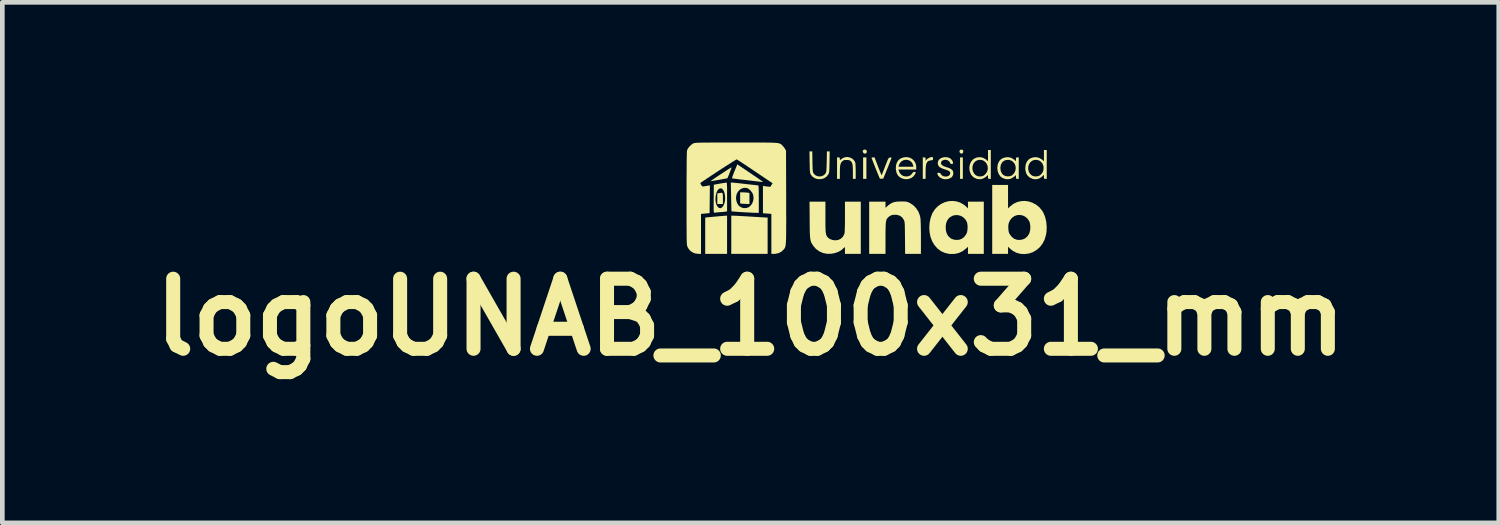
<source format=kicad_pcb>
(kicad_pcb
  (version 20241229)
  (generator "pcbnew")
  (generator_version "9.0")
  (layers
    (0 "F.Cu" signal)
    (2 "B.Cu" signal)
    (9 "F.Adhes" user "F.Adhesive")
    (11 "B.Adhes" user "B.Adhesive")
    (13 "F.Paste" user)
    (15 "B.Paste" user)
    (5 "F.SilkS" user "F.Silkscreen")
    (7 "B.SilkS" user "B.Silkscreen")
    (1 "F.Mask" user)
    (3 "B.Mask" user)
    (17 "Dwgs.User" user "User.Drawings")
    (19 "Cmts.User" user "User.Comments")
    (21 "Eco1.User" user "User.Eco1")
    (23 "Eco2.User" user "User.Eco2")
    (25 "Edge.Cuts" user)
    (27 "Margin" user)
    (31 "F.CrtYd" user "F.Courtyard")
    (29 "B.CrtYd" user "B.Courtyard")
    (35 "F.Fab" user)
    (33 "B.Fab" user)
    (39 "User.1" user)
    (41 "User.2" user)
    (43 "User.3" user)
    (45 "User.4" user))
  (footprint "logoUNAB_100x31_mm"
    (layer "F.Cu")
    (at 15.554 1.197)
    (property "Reference" "logoUNAB_100x31_mm" (at -2.54 2.54 0) (layer "F.SilkS") (effects (font (size 1.5 1.5) (thickness 0.3))))
    (attr board_only exclude_from_pos_files exclude_from_bom)
    (fp_poly (pts (xy -0.06 -0.648) (xy -0.06 -0.419) (xy -0.095 -0.419) (xy -0.13 -0.419) (xy -0.13 -0.648) (xy -0.13 -0.878) (xy -0.095 -0.878) (xy -0.06 -0.878)) (stroke (width 0) (type solid)) (fill yes) (layer "F.SilkS"))
    (fp_poly (pts (xy 2.004 -0.648) (xy 2.004 -0.419) (xy 1.975 -0.419) (xy 1.945 -0.419) (xy 1.945 -0.648) (xy 1.945 -0.878) (xy 1.975 -0.878) (xy 2.004 -0.878)) (stroke (width 0) (type solid)) (fill yes) (layer "F.SilkS"))
    (fp_poly (pts (xy -0.067 -1.039) (xy -0.052 -1.016) (xy -0.05 -1.002) (xy -0.058 -0.975) (xy -0.077 -0.96) (xy -0.102 -0.96) (xy -0.124 -0.973) (xy -0.138 -0.998) (xy -0.136 -1.023) (xy -0.119 -1.041) (xy -0.095 -1.047)) (stroke (width 0) (type solid)) (fill yes) (layer "F.SilkS"))
    (fp_poly (pts (xy 1.995 -1.042) (xy 2.011 -1.028) (xy 2.014 -1.009) (xy 2.008 -0.979) (xy 1.991 -0.961) (xy 1.969 -0.958) (xy 1.947 -0.971) (xy 1.941 -0.978) (xy 1.931 -1.005) (xy 1.938 -1.028) (xy 1.957 -1.043) (xy 1.985 -1.044)) (stroke (width 0) (type solid)) (fill yes) (layer "F.SilkS"))
    (fp_poly (pts (xy -3.142 -0.115) (xy -3.135 -0.1) (xy -3.132 -0.073) (xy -3.131 -0.03) (xy -3.131 0) (xy -3.131 0.12) (xy -3.191 0.12) (xy -3.251 0.12) (xy -3.251 0.006) (xy -3.251 -0.107) (xy -3.214 -0.113) (xy -3.18 -0.119) (xy -3.157 -0.121)) (stroke (width 0) (type solid)) (fill yes) (layer "F.SilkS"))
    (fp_poly (pts (xy -2.7 -0.13) (xy -2.659 -0.128) (xy -2.621 -0.126) (xy -2.6 -0.123) (xy -2.563 -0.117) (xy -2.563 0.001) (xy -2.563 0.12) (xy -2.625 0.118) (xy -2.666 0.116) (xy -2.705 0.114) (xy -2.725 0.112) (xy -2.762 0.108) (xy -2.762 -0.011) (xy -2.762 -0.13)) (stroke (width 0) (type solid)) (fill yes) (layer "F.SilkS"))
    (fp_poly (pts (xy -2.904 0.369) (xy -2.883 0.37) (xy -2.844 0.372) (xy -2.791 0.374) (xy -2.727 0.378) (xy -2.654 0.382) (xy -2.576 0.387) (xy -2.538 0.389) (xy -2.459 0.394) (xy -2.386 0.398) (xy -2.321 0.402) (xy -2.267 0.405) (xy -2.227 0.407) (xy -2.202 0.409) (xy -2.196 0.409) (xy -2.174 0.409) (xy -2.174 0.798) (xy -2.174 1.187) (xy -2.563 1.187) (xy -2.952 1.187) (xy -2.952 0.778) (xy -2.952 0.369)) (stroke (width 0) (type solid)) (fill yes) (layer "F.SilkS"))
    (fp_poly (pts (xy -3.042 0.778) (xy -3.042 1.187) (xy -3.276 1.187) (xy -3.51 1.187) (xy -3.51 0.798) (xy -3.51 0.712) (xy -3.51 0.633) (xy -3.51 0.562) (xy -3.509 0.502) (xy -3.509 0.455) (xy -3.509 0.424) (xy -3.508 0.409) (xy -3.508 0.409) (xy -3.498 0.408) (xy -3.47 0.405) (xy -3.429 0.401) (xy -3.377 0.397) (xy -3.317 0.391) (xy -3.296 0.389) (xy -3.232 0.383) (xy -3.174 0.378) (xy -3.125 0.374) (xy -3.088 0.371) (xy -3.067 0.369) (xy -3.064 0.369) (xy -3.042 0.369)) (stroke (width 0) (type solid)) (fill yes) (layer "F.SilkS"))
    (fp_poly (pts (xy 1.359 -0.884) (xy 1.365 -0.871) (xy 1.366 -0.854) (xy 1.365 -0.833) (xy 1.358 -0.823) (xy 1.339 -0.817) (xy 1.321 -0.815) (xy 1.284 -0.808) (xy 1.256 -0.794) (xy 1.235 -0.771) (xy 1.221 -0.737) (xy 1.212 -0.689) (xy 1.208 -0.625) (xy 1.207 -0.564) (xy 1.207 -0.419) (xy 1.177 -0.419) (xy 1.147 -0.419) (xy 1.147 -0.648) (xy 1.147 -0.878) (xy 1.177 -0.878) (xy 1.196 -0.876) (xy 1.205 -0.867) (xy 1.207 -0.844) (xy 1.207 -0.84) (xy 1.207 -0.803) (xy 1.223 -0.827) (xy 1.245 -0.847) (xy 1.279 -0.867) (xy 1.315 -0.882) (xy 1.344 -0.887)) (stroke (width 0) (type solid)) (fill yes) (layer "F.SilkS"))
    (fp_poly (pts (xy -2.561 -0.553) (xy -2.477 -0.496) (xy -2.408 -0.45) (xy -2.355 -0.413) (xy -2.316 -0.386) (xy -2.289 -0.366) (xy -2.275 -0.355) (xy -2.272 -0.35) (xy -2.274 -0.35) (xy -2.285 -0.352) (xy -2.313 -0.355) (xy -2.356 -0.36) (xy -2.412 -0.366) (xy -2.479 -0.374) (xy -2.553 -0.383) (xy -2.606 -0.389) (xy -2.684 -0.398) (xy -2.756 -0.406) (xy -2.819 -0.414) (xy -2.871 -0.421) (xy -2.91 -0.426) (xy -2.932 -0.429) (xy -2.937 -0.431) (xy -2.935 -0.441) (xy -2.926 -0.468) (xy -2.912 -0.508) (xy -2.892 -0.56) (xy -2.867 -0.621) (xy -2.84 -0.688) (xy -2.836 -0.696) (xy -2.823 -0.73)) (stroke (width 0) (type solid)) (fill yes) (layer "F.SilkS"))
    (fp_poly (pts (xy -2.948 -0.656) (xy -2.956 -0.632) (xy -2.968 -0.598) (xy -2.983 -0.559) (xy -2.998 -0.519) (xy -3.013 -0.482) (xy -3.025 -0.453) (xy -3.033 -0.435) (xy -3.034 -0.433) (xy -3.044 -0.43) (xy -3.07 -0.425) (xy -3.108 -0.418) (xy -3.154 -0.409) (xy -3.205 -0.4) (xy -3.256 -0.391) (xy -3.304 -0.383) (xy -3.345 -0.376) (xy -3.374 -0.371) (xy -3.39 -0.369) (xy -3.39 -0.369) (xy -3.389 -0.374) (xy -3.385 -0.378) (xy -3.372 -0.387) (xy -3.346 -0.406) (xy -3.31 -0.43) (xy -3.265 -0.46) (xy -3.216 -0.493) (xy -3.164 -0.527) (xy -3.112 -0.561) (xy -3.062 -0.593) (xy -3.019 -0.622) (xy -2.983 -0.644) (xy -2.958 -0.659) (xy -2.947 -0.666) (xy -2.946 -0.666)) (stroke (width 0) (type solid)) (fill yes) (layer "F.SilkS"))
    (fp_poly (pts (xy -0.418 -0.878) (xy -0.368 -0.855) (xy -0.328 -0.82) (xy -0.301 -0.777) (xy -0.3 -0.775) (xy -0.296 -0.755) (xy -0.293 -0.719) (xy -0.291 -0.671) (xy -0.289 -0.615) (xy -0.289 -0.583) (xy -0.289 -0.419) (xy -0.319 -0.419) (xy -0.349 -0.419) (xy -0.349 -0.569) (xy -0.35 -0.638) (xy -0.353 -0.691) (xy -0.358 -0.73) (xy -0.367 -0.76) (xy -0.38 -0.782) (xy -0.397 -0.801) (xy -0.399 -0.803) (xy -0.417 -0.815) (xy -0.443 -0.821) (xy -0.483 -0.823) (xy -0.485 -0.823) (xy -0.521 -0.822) (xy -0.544 -0.817) (xy -0.563 -0.807) (xy -0.579 -0.792) (xy -0.597 -0.771) (xy -0.61 -0.746) (xy -0.619 -0.715) (xy -0.624 -0.674) (xy -0.627 -0.619) (xy -0.628 -0.551) (xy -0.628 -0.419) (xy -0.658 -0.419) (xy -0.688 -0.419) (xy -0.688 -0.648) (xy -0.688 -0.878) (xy -0.658 -0.878) (xy -0.637 -0.875) (xy -0.629 -0.864) (xy -0.628 -0.846) (xy -0.628 -0.814) (xy -0.606 -0.835) (xy -0.565 -0.863) (xy -0.515 -0.882) (xy -0.472 -0.887)) (stroke (width 0) (type solid)) (fill yes) (layer "F.SilkS"))
    (fp_poly (pts (xy 0.115 -0.878) (xy 0.189 -0.682) (xy 0.211 -0.625) (xy 0.231 -0.575) (xy 0.248 -0.535) (xy 0.26 -0.507) (xy 0.266 -0.495) (xy 0.267 -0.495) (xy 0.271 -0.507) (xy 0.282 -0.534) (xy 0.298 -0.574) (xy 0.317 -0.623) (xy 0.339 -0.679) (xy 0.342 -0.688) (xy 0.367 -0.751) (xy 0.385 -0.798) (xy 0.399 -0.831) (xy 0.411 -0.852) (xy 0.42 -0.865) (xy 0.429 -0.872) (xy 0.438 -0.875) (xy 0.446 -0.876) (xy 0.468 -0.876) (xy 0.479 -0.871) (xy 0.479 -0.871) (xy 0.475 -0.859) (xy 0.465 -0.832) (xy 0.449 -0.792) (xy 0.429 -0.742) (xy 0.406 -0.683) (xy 0.39 -0.643) (xy 0.301 -0.424) (xy 0.265 -0.421) (xy 0.239 -0.421) (xy 0.226 -0.43) (xy 0.22 -0.441) (xy 0.214 -0.457) (xy 0.201 -0.488) (xy 0.183 -0.531) (xy 0.162 -0.584) (xy 0.138 -0.643) (xy 0.13 -0.663) (xy 0.107 -0.722) (xy 0.086 -0.775) (xy 0.069 -0.818) (xy 0.056 -0.85) (xy 0.05 -0.868) (xy 0.05 -0.87) (xy 0.059 -0.875) (xy 0.08 -0.878) (xy 0.082 -0.878)) (stroke (width 0) (type solid)) (fill yes) (layer "F.SilkS"))
    (fp_poly (pts (xy -1.215 -0.79) (xy -1.214 -0.718) (xy -1.212 -0.663) (xy -1.21 -0.622) (xy -1.208 -0.592) (xy -1.204 -0.571) (xy -1.199 -0.555) (xy -1.193 -0.541) (xy -1.191 -0.539) (xy -1.16 -0.502) (xy -1.118 -0.479) (xy -1.071 -0.47) (xy -1.023 -0.474) (xy -0.979 -0.492) (xy -0.943 -0.523) (xy -0.933 -0.538) (xy -0.926 -0.551) (xy -0.921 -0.567) (xy -0.917 -0.588) (xy -0.915 -0.616) (xy -0.913 -0.656) (xy -0.911 -0.71) (xy -0.909 -0.78) (xy -0.909 -0.79) (xy -0.905 -1.007) (xy -0.876 -1.007) (xy -0.846 -1.007) (xy -0.849 -0.78) (xy -0.851 -0.707) (xy -0.852 -0.651) (xy -0.853 -0.608) (xy -0.856 -0.578) (xy -0.859 -0.555) (xy -0.864 -0.539) (xy -0.87 -0.525) (xy -0.876 -0.513) (xy -0.914 -0.466) (xy -0.964 -0.432) (xy -1.024 -0.414) (xy -1.089 -0.413) (xy -1.125 -0.419) (xy -1.172 -0.437) (xy -1.215 -0.468) (xy -1.247 -0.505) (xy -1.252 -0.515) (xy -1.259 -0.53) (xy -1.264 -0.547) (xy -1.267 -0.57) (xy -1.27 -0.601) (xy -1.272 -0.643) (xy -1.273 -0.7) (xy -1.274 -0.773) (xy -1.275 -0.78) (xy -1.278 -1.007) (xy -1.248 -1.007) (xy -1.218 -1.007)) (stroke (width 0) (type solid)) (fill yes) (layer "F.SilkS"))
    (fp_poly (pts (xy 3.8 -0.728) (xy 3.8 -0.419) (xy 3.77 -0.419) (xy 3.751 -0.42) (xy 3.742 -0.428) (xy 3.74 -0.448) (xy 3.74 -0.462) (xy 3.74 -0.506) (xy 3.7 -0.468) (xy 3.648 -0.431) (xy 3.59 -0.412) (xy 3.529 -0.412) (xy 3.5 -0.418) (xy 3.438 -0.446) (xy 3.392 -0.486) (xy 3.36 -0.538) (xy 3.344 -0.604) (xy 3.342 -0.632) (xy 3.402 -0.632) (xy 3.413 -0.58) (xy 3.437 -0.534) (xy 3.474 -0.497) (xy 3.49 -0.487) (xy 3.53 -0.473) (xy 3.577 -0.471) (xy 3.623 -0.479) (xy 3.657 -0.495) (xy 3.7 -0.539) (xy 3.726 -0.591) (xy 3.733 -0.652) (xy 3.73 -0.689) (xy 3.711 -0.742) (xy 3.678 -0.783) (xy 3.636 -0.812) (xy 3.586 -0.826) (xy 3.533 -0.823) (xy 3.492 -0.808) (xy 3.45 -0.777) (xy 3.421 -0.734) (xy 3.405 -0.684) (xy 3.402 -0.632) (xy 3.342 -0.632) (xy 3.341 -0.652) (xy 3.349 -0.722) (xy 3.372 -0.782) (xy 3.409 -0.829) (xy 3.45 -0.858) (xy 3.514 -0.879) (xy 3.578 -0.883) (xy 3.639 -0.868) (xy 3.695 -0.835) (xy 3.699 -0.831) (xy 3.74 -0.796) (xy 3.74 -0.917) (xy 3.74 -1.037) (xy 3.77 -1.037) (xy 3.8 -1.037)) (stroke (width 0) (type solid)) (fill yes) (layer "F.SilkS"))
    (fp_poly (pts (xy 2.603 -0.728) (xy 2.603 -0.419) (xy 2.573 -0.419) (xy 2.554 -0.42) (xy 2.545 -0.429) (xy 2.543 -0.45) (xy 2.543 -0.46) (xy 2.543 -0.5) (xy 2.501 -0.464) (xy 2.445 -0.428) (xy 2.386 -0.411) (xy 2.325 -0.414) (xy 2.293 -0.423) (xy 2.236 -0.451) (xy 2.194 -0.491) (xy 2.17 -0.531) (xy 2.149 -0.592) (xy 2.145 -0.634) (xy 2.209 -0.634) (xy 2.22 -0.58) (xy 2.244 -0.533) (xy 2.28 -0.497) (xy 2.29 -0.491) (xy 2.339 -0.472) (xy 2.391 -0.47) (xy 2.439 -0.483) (xy 2.454 -0.491) (xy 2.498 -0.532) (xy 2.527 -0.581) (xy 2.539 -0.636) (xy 2.535 -0.691) (xy 2.513 -0.744) (xy 2.496 -0.769) (xy 2.455 -0.804) (xy 2.407 -0.823) (xy 2.357 -0.826) (xy 2.309 -0.815) (xy 2.266 -0.788) (xy 2.233 -0.748) (xy 2.23 -0.743) (xy 2.212 -0.69) (xy 2.209 -0.634) (xy 2.145 -0.634) (xy 2.143 -0.656) (xy 2.152 -0.719) (xy 2.175 -0.776) (xy 2.21 -0.823) (xy 2.241 -0.848) (xy 2.301 -0.875) (xy 2.363 -0.884) (xy 2.425 -0.874) (xy 2.482 -0.846) (xy 2.503 -0.831) (xy 2.543 -0.796) (xy 2.543 -0.917) (xy 2.543 -1.037) (xy 2.573 -1.037) (xy 2.603 -1.037)) (stroke (width 0) (type solid)) (fill yes) (layer "F.SilkS"))
    (fp_poly (pts (xy 0.861 -0.874) (xy 0.913 -0.849) (xy 0.956 -0.811) (xy 0.988 -0.762) (xy 1.005 -0.703) (xy 1.007 -0.671) (xy 1.007 -0.618) (xy 0.818 -0.618) (xy 0.628 -0.618) (xy 0.634 -0.591) (xy 0.655 -0.542) (xy 0.69 -0.504) (xy 0.736 -0.478) (xy 0.79 -0.469) (xy 0.792 -0.469) (xy 0.847 -0.477) (xy 0.89 -0.499) (xy 0.921 -0.536) (xy 0.922 -0.538) (xy 0.939 -0.56) (xy 0.96 -0.568) (xy 0.968 -0.568) (xy 0.988 -0.566) (xy 0.996 -0.556) (xy 0.99 -0.536) (xy 0.977 -0.51) (xy 0.941 -0.466) (xy 0.893 -0.433) (xy 0.836 -0.415) (xy 0.776 -0.411) (xy 0.716 -0.423) (xy 0.657 -0.452) (xy 0.614 -0.493) (xy 0.586 -0.547) (xy 0.572 -0.614) (xy 0.57 -0.63) (xy 0.572 -0.678) (xy 0.628 -0.678) (xy 0.788 -0.678) (xy 0.948 -0.678) (xy 0.941 -0.706) (xy 0.92 -0.759) (xy 0.885 -0.797) (xy 0.837 -0.821) (xy 0.785 -0.828) (xy 0.735 -0.818) (xy 0.691 -0.793) (xy 0.656 -0.755) (xy 0.635 -0.708) (xy 0.634 -0.706) (xy 0.628 -0.678) (xy 0.572 -0.678) (xy 0.573 -0.703) (xy 0.591 -0.765) (xy 0.623 -0.816) (xy 0.669 -0.853) (xy 0.676 -0.857) (xy 0.74 -0.879) (xy 0.802 -0.885)) (stroke (width 0) (type solid)) (fill yes) (layer "F.SilkS"))
    (fp_poly (pts (xy -3.054 -0.338) (xy -3.05 -0.333) (xy -3.047 -0.323) (xy -3.045 -0.304) (xy -3.044 -0.276) (xy -3.042 -0.237) (xy -3.042 -0.183) (xy -3.042 -0.113) (xy -3.042 -0.031) (xy -3.042 0.277) (xy -3.074 0.283) (xy -3.099 0.286) (xy -3.137 0.29) (xy -3.181 0.293) (xy -3.196 0.294) (xy -3.238 0.298) (xy -3.274 0.301) (xy -3.298 0.305) (xy -3.303 0.306) (xy -3.32 0.304) (xy -3.326 0.297) (xy -3.327 0.284) (xy -3.328 0.254) (xy -3.329 0.209) (xy -3.329 0.152) (xy -3.329 0.085) (xy -3.329 0.032) (xy -3.29 0.032) (xy -3.283 0.09) (xy -3.267 0.141) (xy -3.244 0.18) (xy -3.214 0.204) (xy -3.183 0.209) (xy -3.152 0.194) (xy -3.137 0.179) (xy -3.113 0.14) (xy -3.096 0.094) (xy -3.086 0.042) (xy -3.083 -0.011) (xy -3.087 -0.063) (xy -3.096 -0.112) (xy -3.11 -0.154) (xy -3.13 -0.188) (xy -3.153 -0.21) (xy -3.181 -0.217) (xy -3.209 -0.209) (xy -3.239 -0.181) (xy -3.263 -0.139) (xy -3.279 -0.087) (xy -3.288 -0.028) (xy -3.29 0.032) (xy -3.329 0.032) (xy -3.329 0.012) (xy -3.328 -0.005) (xy -3.326 -0.293) (xy -3.201 -0.316) (xy -3.152 -0.324) (xy -3.109 -0.331) (xy -3.077 -0.336) (xy -3.06 -0.338) (xy -3.059 -0.338)) (stroke (width 0) (type solid)) (fill yes) (layer "F.SilkS"))
    (fp_poly (pts (xy 3.041 -0.868) (xy 3.096 -0.835) (xy 3.101 -0.831) (xy 3.141 -0.796) (xy 3.141 -0.837) (xy 3.142 -0.863) (xy 3.149 -0.874) (xy 3.164 -0.877) (xy 3.171 -0.878) (xy 3.201 -0.878) (xy 3.201 -0.648) (xy 3.201 -0.419) (xy 3.171 -0.419) (xy 3.152 -0.42) (xy 3.144 -0.429) (xy 3.141 -0.45) (xy 3.141 -0.46) (xy 3.141 -0.5) (xy 3.1 -0.464) (xy 3.044 -0.428) (xy 2.985 -0.411) (xy 2.923 -0.414) (xy 2.888 -0.424) (xy 2.84 -0.446) (xy 2.805 -0.475) (xy 2.776 -0.518) (xy 2.77 -0.528) (xy 2.748 -0.591) (xy 2.742 -0.653) (xy 2.807 -0.653) (xy 2.815 -0.59) (xy 2.837 -0.539) (xy 2.871 -0.501) (xy 2.917 -0.478) (xy 2.972 -0.471) (xy 2.98 -0.472) (xy 3.023 -0.479) (xy 3.057 -0.494) (xy 3.059 -0.495) (xy 3.1 -0.536) (xy 3.125 -0.583) (xy 3.136 -0.634) (xy 3.134 -0.684) (xy 3.118 -0.732) (xy 3.09 -0.773) (xy 3.051 -0.805) (xy 3.001 -0.823) (xy 2.984 -0.825) (xy 2.928 -0.822) (xy 2.879 -0.802) (xy 2.842 -0.767) (xy 2.817 -0.719) (xy 2.808 -0.66) (xy 2.807 -0.653) (xy 2.742 -0.653) (xy 2.742 -0.659) (xy 2.751 -0.725) (xy 2.763 -0.758) (xy 2.786 -0.801) (xy 2.811 -0.83) (xy 2.843 -0.853) (xy 2.852 -0.858) (xy 2.915 -0.879) (xy 2.979 -0.883)) (stroke (width 0) (type solid)) (fill yes) (layer "F.SilkS"))
    (fp_poly (pts (xy -0.937 0.398) (xy -0.937 0.496) (xy -0.937 0.576) (xy -0.935 0.641) (xy -0.933 0.693) (xy -0.929 0.733) (xy -0.923 0.764) (xy -0.916 0.788) (xy -0.907 0.807) (xy -0.896 0.824) (xy -0.885 0.836) (xy -0.843 0.868) (xy -0.789 0.889) (xy -0.729 0.897) (xy -0.728 0.897) (xy -0.663 0.889) (xy -0.608 0.863) (xy -0.565 0.823) (xy -0.535 0.768) (xy -0.529 0.749) (xy -0.526 0.73) (xy -0.524 0.693) (xy -0.522 0.64) (xy -0.52 0.576) (xy -0.519 0.5) (xy -0.519 0.417) (xy -0.519 0.391) (xy -0.519 0.07) (xy -0.349 0.07) (xy -0.18 0.07) (xy -0.18 0.628) (xy -0.18 1.187) (xy -0.349 1.187) (xy -0.519 1.187) (xy -0.519 1.109) (xy -0.519 1.071) (xy -0.521 1.05) (xy -0.524 1.042) (xy -0.53 1.046) (xy -0.537 1.053) (xy -0.592 1.104) (xy -0.66 1.144) (xy -0.737 1.171) (xy -0.82 1.185) (xy -0.904 1.185) (xy -0.985 1.169) (xy -0.991 1.167) (xy -1.07 1.132) (xy -1.139 1.082) (xy -1.194 1.019) (xy -1.197 1.015) (xy -1.214 0.988) (xy -1.229 0.964) (xy -1.241 0.941) (xy -1.25 0.915) (xy -1.257 0.886) (xy -1.263 0.851) (xy -1.267 0.808) (xy -1.27 0.754) (xy -1.272 0.688) (xy -1.273 0.607) (xy -1.274 0.509) (xy -1.274 0.461) (xy -1.277 0.07) (xy -1.107 0.07) (xy -0.937 0.07)) (stroke (width 0) (type solid)) (fill yes) (layer "F.SilkS"))
    (fp_poly (pts (xy 0.735 0.065) (xy 0.772 0.067) (xy 0.799 0.07) (xy 0.823 0.077) (xy 0.848 0.087) (xy 0.869 0.097) (xy 0.941 0.144) (xy 1.002 0.205) (xy 1.051 0.279) (xy 1.084 0.363) (xy 1.096 0.419) (xy 1.099 0.444) (xy 1.101 0.487) (xy 1.103 0.544) (xy 1.105 0.612) (xy 1.106 0.689) (xy 1.107 0.772) (xy 1.107 0.835) (xy 1.107 1.187) (xy 0.938 1.187) (xy 0.769 1.187) (xy 0.766 0.845) (xy 0.765 0.754) (xy 0.764 0.68) (xy 0.763 0.621) (xy 0.762 0.576) (xy 0.76 0.541) (xy 0.758 0.516) (xy 0.755 0.497) (xy 0.751 0.482) (xy 0.745 0.468) (xy 0.739 0.456) (xy 0.704 0.405) (xy 0.658 0.371) (xy 0.6 0.353) (xy 0.583 0.351) (xy 0.523 0.35) (xy 0.476 0.359) (xy 0.437 0.38) (xy 0.422 0.392) (xy 0.404 0.408) (xy 0.389 0.424) (xy 0.377 0.441) (xy 0.368 0.462) (xy 0.361 0.489) (xy 0.356 0.523) (xy 0.353 0.567) (xy 0.351 0.623) (xy 0.35 0.694) (xy 0.349 0.781) (xy 0.349 0.845) (xy 0.349 1.187) (xy 0.175 1.187) (xy 0 1.187) (xy 0 0.628) (xy 0 0.07) (xy 0.175 0.07) (xy 0.349 0.07) (xy 0.349 0.136) (xy 0.349 0.201) (xy 0.399 0.156) (xy 0.445 0.12) (xy 0.491 0.094) (xy 0.542 0.077) (xy 0.603 0.068) (xy 0.679 0.065) (xy 0.683 0.065)) (stroke (width 0) (type solid)) (fill yes) (layer "F.SilkS"))
    (fp_poly (pts (xy -2.934 -0.339) (xy -2.917 -0.338) (xy -2.883 -0.335) (xy -2.836 -0.33) (xy -2.777 -0.324) (xy -2.71 -0.316) (xy -2.648 -0.309) (xy -2.578 -0.301) (xy -2.514 -0.294) (xy -2.459 -0.288) (xy -2.416 -0.283) (xy -2.387 -0.28) (xy -2.376 -0.279) (xy -2.372 -0.275) (xy -2.369 -0.261) (xy -2.367 -0.236) (xy -2.365 -0.197) (xy -2.364 -0.144) (xy -2.364 -0.074) (xy -2.363 0.014) (xy -2.363 0.015) (xy -2.363 0.309) (xy -2.441 0.308) (xy -2.475 0.307) (xy -2.524 0.305) (xy -2.584 0.301) (xy -2.651 0.298) (xy -2.721 0.294) (xy -2.732 0.293) (xy -2.795 0.289) (xy -2.85 0.285) (xy -2.896 0.281) (xy -2.929 0.279) (xy -2.946 0.277) (xy -2.947 0.277) (xy -2.948 0.267) (xy -2.949 0.239) (xy -2.95 0.196) (xy -2.952 0.141) (xy -2.953 0.075) (xy -2.955 0.002) (xy -2.955 -0.022) (xy -2.85 -0.022) (xy -2.849 0.015) (xy -2.839 0.067) (xy -2.819 0.115) (xy -2.794 0.153) (xy -2.786 0.161) (xy -2.737 0.193) (xy -2.682 0.208) (xy -2.626 0.205) (xy -2.578 0.187) (xy -2.535 0.151) (xy -2.502 0.102) (xy -2.481 0.045) (xy -2.475 -0.017) (xy -2.484 -0.077) (xy -2.502 -0.119) (xy -2.532 -0.16) (xy -2.568 -0.195) (xy -2.606 -0.218) (xy -2.625 -0.225) (xy -2.682 -0.226) (xy -2.734 -0.21) (xy -2.779 -0.179) (xy -2.815 -0.136) (xy -2.84 -0.083) (xy -2.85 -0.022) (xy -2.955 -0.022) (xy -2.955 -0.032) (xy -2.962 -0.339)) (stroke (width 0) (type solid)) (fill yes) (layer "F.SilkS"))
    (fp_poly (pts (xy 1.87 0.064) (xy 1.95 0.09) (xy 2.025 0.133) (xy 2.064 0.165) (xy 2.114 0.212) (xy 2.114 0.141) (xy 2.114 0.07) (xy 2.284 0.07) (xy 2.453 0.07) (xy 2.453 0.628) (xy 2.453 1.187) (xy 2.284 1.187) (xy 2.114 1.187) (xy 2.114 1.111) (xy 2.114 1.035) (xy 2.071 1.074) (xy 1.996 1.131) (xy 1.914 1.169) (xy 1.826 1.188) (xy 1.731 1.189) (xy 1.705 1.186) (xy 1.613 1.164) (xy 1.53 1.125) (xy 1.457 1.068) (xy 1.394 0.995) (xy 1.347 0.915) (xy 1.312 0.824) (xy 1.292 0.724) (xy 1.286 0.619) (xy 1.288 0.596) (xy 1.638 0.596) (xy 1.64 0.676) (xy 1.658 0.746) (xy 1.69 0.804) (xy 1.737 0.849) (xy 1.749 0.857) (xy 1.804 0.88) (xy 1.866 0.889) (xy 1.928 0.884) (xy 1.98 0.865) (xy 2.025 0.832) (xy 2.064 0.786) (xy 2.09 0.738) (xy 2.101 0.692) (xy 2.106 0.637) (xy 2.105 0.581) (xy 2.098 0.53) (xy 2.09 0.504) (xy 2.057 0.447) (xy 2.012 0.403) (xy 1.959 0.373) (xy 1.901 0.358) (xy 1.841 0.357) (xy 1.783 0.371) (xy 1.729 0.402) (xy 1.704 0.425) (xy 1.67 0.471) (xy 1.649 0.523) (xy 1.638 0.586) (xy 1.638 0.596) (xy 1.288 0.596) (xy 1.294 0.514) (xy 1.316 0.412) (xy 1.351 0.32) (xy 1.358 0.306) (xy 1.409 0.229) (xy 1.471 0.166) (xy 1.542 0.116) (xy 1.62 0.08) (xy 1.703 0.059) (xy 1.787 0.054)) (stroke (width 0) (type solid)) (fill yes) (layer "F.SilkS"))
    (fp_poly (pts (xy 2.972 -0.039) (xy 2.972 0.212) (xy 3.022 0.165) (xy 3.092 0.113) (xy 3.169 0.077) (xy 3.251 0.058) (xy 3.335 0.054) (xy 3.419 0.066) (xy 3.499 0.094) (xy 3.575 0.135) (xy 3.643 0.191) (xy 3.7 0.26) (xy 3.728 0.306) (xy 3.765 0.395) (xy 3.789 0.495) (xy 3.799 0.601) (xy 3.796 0.708) (xy 3.784 0.783) (xy 3.755 0.881) (xy 3.71 0.968) (xy 3.653 1.043) (xy 3.584 1.103) (xy 3.506 1.149) (xy 3.419 1.179) (xy 3.326 1.191) (xy 3.237 1.186) (xy 3.153 1.164) (xy 3.075 1.123) (xy 3.022 1.081) (xy 2.972 1.034) (xy 2.972 1.111) (xy 2.972 1.187) (xy 2.802 1.187) (xy 2.633 1.187) (xy 2.633 0.618) (xy 2.977 0.618) (xy 2.979 0.661) (xy 2.984 0.702) (xy 2.991 0.732) (xy 2.991 0.732) (xy 3.012 0.772) (xy 3.044 0.814) (xy 3.082 0.849) (xy 3.106 0.865) (xy 3.163 0.885) (xy 3.226 0.889) (xy 3.288 0.877) (xy 3.344 0.851) (xy 3.344 0.85) (xy 3.394 0.804) (xy 3.428 0.746) (xy 3.446 0.676) (xy 3.449 0.595) (xy 3.448 0.59) (xy 3.443 0.55) (xy 3.434 0.511) (xy 3.426 0.489) (xy 3.388 0.432) (xy 3.34 0.391) (xy 3.286 0.365) (xy 3.228 0.354) (xy 3.169 0.357) (xy 3.113 0.376) (xy 3.062 0.41) (xy 3.02 0.459) (xy 3.005 0.486) (xy 2.989 0.523) (xy 2.981 0.557) (xy 2.977 0.597) (xy 2.977 0.618) (xy 2.633 0.618) (xy 2.633 0.449) (xy 2.633 -0.289) (xy 2.802 -0.289) (xy 2.972 -0.289)) (stroke (width 0) (type solid)) (fill yes) (layer "F.SilkS"))
    (fp_poly (pts (xy 1.662 -0.882) (xy 1.713 -0.868) (xy 1.727 -0.862) (xy 1.756 -0.839) (xy 1.78 -0.807) (xy 1.793 -0.773) (xy 1.795 -0.76) (xy 1.791 -0.744) (xy 1.776 -0.738) (xy 1.765 -0.738) (xy 1.742 -0.742) (xy 1.735 -0.754) (xy 1.729 -0.77) (xy 1.712 -0.792) (xy 1.706 -0.799) (xy 1.674 -0.82) (xy 1.638 -0.828) (xy 1.601 -0.825) (xy 1.569 -0.812) (xy 1.545 -0.79) (xy 1.536 -0.76) (xy 1.536 -0.758) (xy 1.542 -0.732) (xy 1.562 -0.71) (xy 1.598 -0.689) (xy 1.652 -0.67) (xy 1.658 -0.668) (xy 1.714 -0.649) (xy 1.753 -0.628) (xy 1.78 -0.605) (xy 1.795 -0.578) (xy 1.801 -0.54) (xy 1.794 -0.499) (xy 1.774 -0.463) (xy 1.766 -0.454) (xy 1.734 -0.434) (xy 1.691 -0.418) (xy 1.647 -0.41) (xy 1.635 -0.41) (xy 1.602 -0.413) (xy 1.566 -0.422) (xy 1.563 -0.423) (xy 1.513 -0.449) (xy 1.478 -0.486) (xy 1.47 -0.501) (xy 1.458 -0.528) (xy 1.46 -0.542) (xy 1.477 -0.548) (xy 1.491 -0.548) (xy 1.517 -0.545) (xy 1.526 -0.534) (xy 1.533 -0.519) (xy 1.551 -0.5) (xy 1.556 -0.495) (xy 1.591 -0.475) (xy 1.629 -0.468) (xy 1.667 -0.471) (xy 1.701 -0.484) (xy 1.725 -0.506) (xy 1.735 -0.535) (xy 1.735 -0.538) (xy 1.732 -0.559) (xy 1.72 -0.577) (xy 1.696 -0.593) (xy 1.657 -0.609) (xy 1.614 -0.623) (xy 1.551 -0.646) (xy 1.507 -0.671) (xy 1.48 -0.702) (xy 1.468 -0.738) (xy 1.47 -0.782) (xy 1.47 -0.782) (xy 1.487 -0.821) (xy 1.518 -0.851) (xy 1.56 -0.872) (xy 1.61 -0.883)) (stroke (width 0) (type solid)) (fill yes) (layer "F.SilkS"))
    (fp_poly (pts (xy -2.434 -1.196) (xy -2.331 -1.196) (xy -2.242 -1.196) (xy -2.167 -1.195) (xy -2.104 -1.194) (xy -2.053 -1.192) (xy -2.011 -1.19) (xy -1.977 -1.187) (xy -1.951 -1.184) (xy -1.93 -1.179) (xy -1.914 -1.174) (xy -1.901 -1.168) (xy -1.89 -1.162) (xy -1.88 -1.154) (xy -1.87 -1.145) (xy -1.866 -1.141) (xy -1.842 -1.116) (xy -1.817 -1.084) (xy -1.807 -1.069) (xy -1.78 -1.022) (xy -1.777 -0.031) (xy -1.777 0.137) (xy -1.777 0.286) (xy -1.776 0.418) (xy -1.776 0.533) (xy -1.777 0.633) (xy -1.777 0.719) (xy -1.778 0.793) (xy -1.779 0.854) (xy -1.781 0.906) (xy -1.784 0.948) (xy -1.787 0.982) (xy -1.79 1.009) (xy -1.795 1.03) (xy -1.8 1.047) (xy -1.806 1.061) (xy -1.813 1.072) (xy -1.822 1.083) (xy -1.831 1.094) (xy -1.835 1.099) (xy -1.883 1.142) (xy -1.943 1.172) (xy -2.01 1.186) (xy -2.031 1.187) (xy -2.094 1.187) (xy -2.094 0.759) (xy -2.094 0.331) (xy -2.184 0.324) (xy -2.274 0.317) (xy -2.274 0.024) (xy -2.274 -0.27) (xy -2.251 -0.265) (xy -2.229 -0.261) (xy -2.195 -0.257) (xy -2.173 -0.254) (xy -2.117 -0.248) (xy -2.092 -0.286) (xy -2.067 -0.324) (xy -2.445 -0.578) (xy -2.523 -0.631) (xy -2.596 -0.679) (xy -2.662 -0.724) (xy -2.721 -0.762) (xy -2.769 -0.794) (xy -2.806 -0.817) (xy -2.829 -0.832) (xy -2.837 -0.836) (xy -2.847 -0.831) (xy -2.871 -0.816) (xy -2.908 -0.793) (xy -2.956 -0.763) (xy -3.012 -0.727) (xy -3.075 -0.687) (xy -3.142 -0.644) (xy -3.211 -0.599) (xy -3.281 -0.553) (xy -3.349 -0.508) (xy -3.414 -0.465) (xy -3.473 -0.426) (xy -3.524 -0.392) (xy -3.566 -0.364) (xy -3.596 -0.343) (xy -3.612 -0.331) (xy -3.612 -0.33) (xy -3.612 -0.319) (xy -3.602 -0.298) (xy -3.595 -0.288) (xy -3.58 -0.266) (xy -3.566 -0.257) (xy -3.547 -0.256) (xy -3.523 -0.26) (xy -3.487 -0.267) (xy -3.452 -0.273) (xy -3.443 -0.274) (xy -3.41 -0.28) (xy -3.413 0.017) (xy -3.416 0.314) (xy -3.508 0.323) (xy -3.6 0.331) (xy -3.6 0.759) (xy -3.6 1.187) (xy -3.657 1.187) (xy -3.723 1.178) (xy -3.765 1.163) (xy -3.822 1.128) (xy -3.864 1.081) (xy -3.888 1.037) (xy -3.892 1.029) (xy -3.895 1.021) (xy -3.897 1.011) (xy -3.9 0.998) (xy -3.902 0.98) (xy -3.903 0.957) (xy -3.905 0.928) (xy -3.906 0.89) (xy -3.907 0.844) (xy -3.907 0.787) (xy -3.908 0.719) (xy -3.908 0.638) (xy -3.909 0.543) (xy -3.909 0.433) (xy -3.909 0.306) (xy -3.909 0.162) (xy -3.909 0) (xy -3.909 -0.179) (xy -3.909 -0.342) (xy -3.908 -0.489) (xy -3.907 -0.62) (xy -3.907 -0.733) (xy -3.906 -0.829) (xy -3.904 -0.906) (xy -3.903 -0.965) (xy -3.901 -1.006) (xy -3.899 -1.027) (xy -3.899 -1.028) (xy -3.882 -1.065) (xy -3.853 -1.104) (xy -3.817 -1.141) (xy -3.78 -1.17) (xy -3.765 -1.178) (xy -3.757 -1.181) (xy -3.748 -1.184) (xy -3.735 -1.186) (xy -3.719 -1.188) (xy -3.697 -1.19) (xy -3.669 -1.192) (xy -3.632 -1.193) (xy -3.586 -1.194) (xy -3.53 -1.195) (xy -3.461 -1.195) (xy -3.38 -1.196) (xy -3.284 -1.196) (xy -3.173 -1.196) (xy -3.044 -1.196) (xy -2.898 -1.196) (xy -2.846 -1.196) (xy -2.69 -1.197) (xy -2.554 -1.197)) (stroke (width 0) (type solid)) (fill yes) (layer "F.SilkS")))
  (gr_rect
    (start -3 -3)
    (end 29.029 8.141)
    (stroke (width 0.1) (type default))
    (fill no)
    (layer "Edge.Cuts")))
</source>
